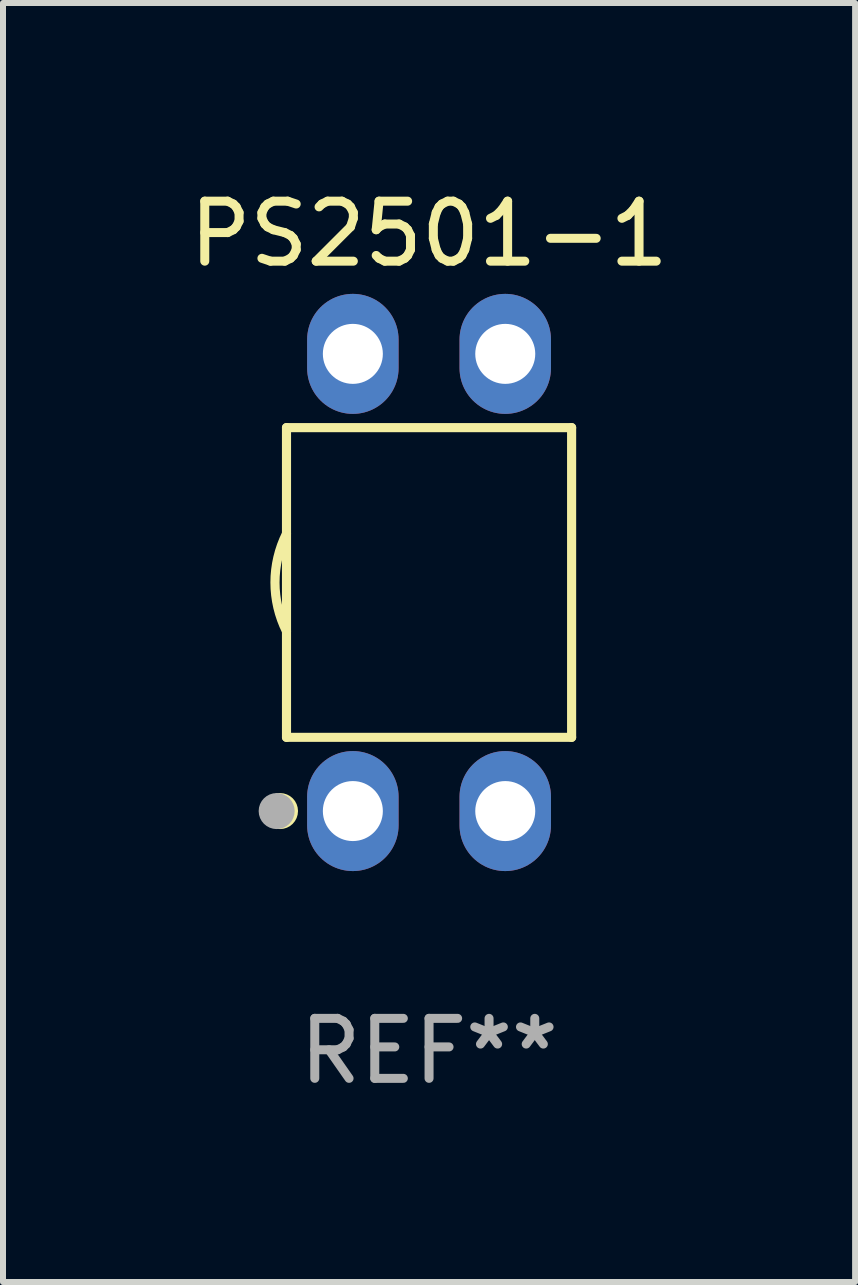
<source format=kicad_pcb>
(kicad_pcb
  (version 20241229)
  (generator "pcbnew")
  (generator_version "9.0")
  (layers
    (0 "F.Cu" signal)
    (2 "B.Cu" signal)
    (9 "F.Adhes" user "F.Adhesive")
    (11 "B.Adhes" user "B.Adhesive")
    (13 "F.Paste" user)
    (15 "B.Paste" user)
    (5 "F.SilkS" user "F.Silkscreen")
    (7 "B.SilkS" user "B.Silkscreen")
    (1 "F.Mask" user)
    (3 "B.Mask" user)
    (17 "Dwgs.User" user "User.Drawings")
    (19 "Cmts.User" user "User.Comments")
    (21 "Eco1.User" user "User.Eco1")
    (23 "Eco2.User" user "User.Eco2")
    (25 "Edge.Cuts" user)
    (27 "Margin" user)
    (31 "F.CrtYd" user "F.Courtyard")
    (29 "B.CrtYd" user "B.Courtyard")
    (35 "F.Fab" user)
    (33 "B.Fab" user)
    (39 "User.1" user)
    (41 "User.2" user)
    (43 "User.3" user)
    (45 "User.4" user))
  (footprint "PS2501-1"
    (layer "F.Cu")
    (at 4.101 6.658)
    (property "Reference" "PS2501-1" (at 0 -5.81 0) (layer "F.SilkS") (effects (font (size 1 1) (thickness 0.15))))
    (attr through_hole)
    (fp_line (start -2.376 -2.581) (end 2.376 -2.581) (stroke (width 0.152) (type solid)) (layer "F.SilkS"))
    (fp_line (start -2.376 2.581) (end -2.376 -2.581) (stroke (width 0.152) (type solid)) (layer "F.SilkS"))
    (fp_line (start 2.376 -2.581) (end 2.376 2.581) (stroke (width 0.152) (type solid)) (layer "F.SilkS"))
    (fp_line (start 2.376 2.581) (end -2.376 2.581) (stroke (width 0.152) (type solid)) (layer "F.SilkS"))
    (fp_arc (start -2.3762 0.812496) (mid -2.568004 0) (end -2.3762 -0.812497) (stroke (width 0.1524) (type solid)) (layer "F.SilkS"))
    (fp_circle (center -2.484 3.81) (end -2.334 3.81) (stroke (width 0.3) (type solid)) (fill no) (layer "F.SilkS"))
    (fp_circle (center -2.3 3.935) (end -2.27 3.935) (stroke (width 0.06) (type solid)) (fill no) (layer "F.SilkS"))
    (fp_circle (center -2.54 3.81) (end -2.39 3.81) (stroke (width 0.3) (type solid)) (fill no) (layer "F.Fab"))
    (fp_text user "REF**" (at 0 7.81 0) (layer "F.Fab") (effects (font (size 1 1) (thickness 0.15))))
    (pad "1" thru_hole oval (at -1.27 3.81) (size 1.524 2) (drill 1) (layers "*.Cu" "*.Mask"))
    (pad "2" thru_hole oval (at 1.27 3.81) (size 1.524 2) (drill 1) (layers "*.Cu" "*.Mask"))
    (pad "3" thru_hole oval (at 1.27 -3.81) (size 1.524 2) (drill 1) (layers "*.Cu" "*.Mask"))
    (pad "4" thru_hole oval (at -1.27 -3.81) (size 1.524 2) (drill 1) (layers "*.Cu" "*.Mask")))
  (gr_rect
    (start -3 -3)
    (end 11.202 18.317)
    (stroke (width 0.1) (type default))
    (fill no)
    (layer "Edge.Cuts")))
</source>
